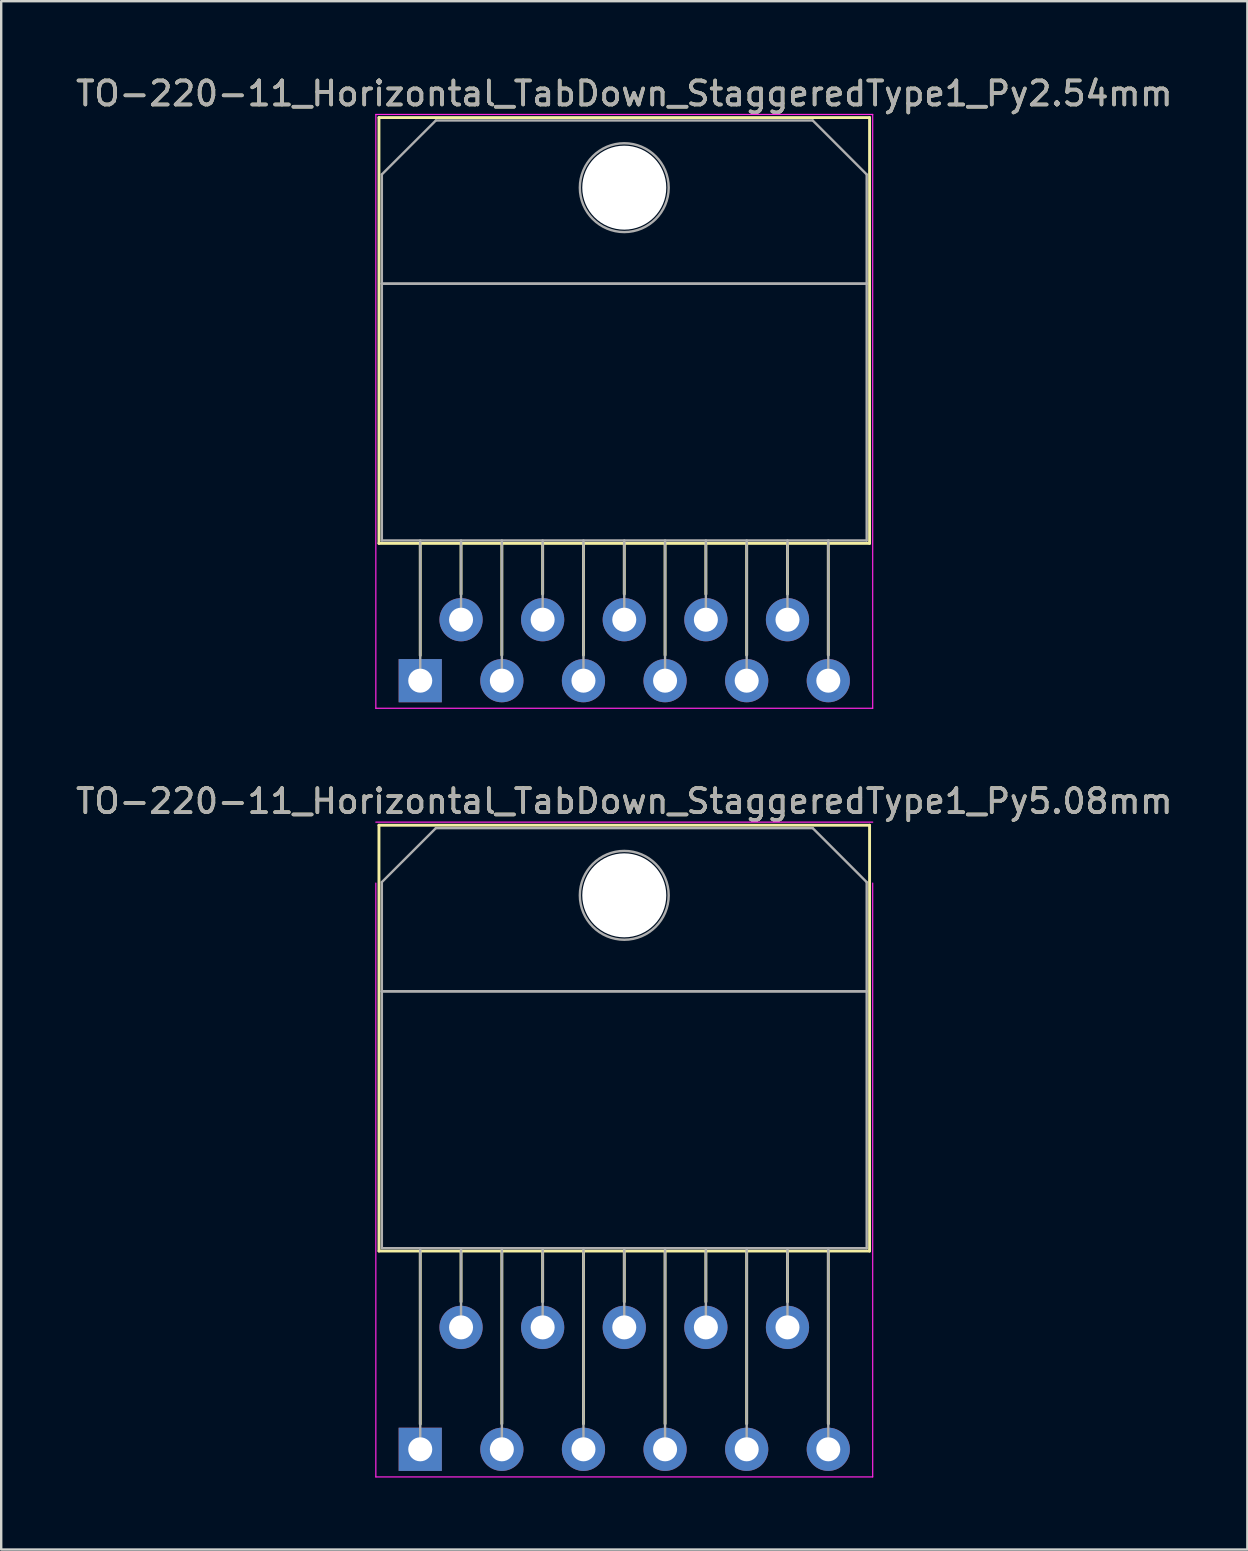
<source format=kicad_pcb>
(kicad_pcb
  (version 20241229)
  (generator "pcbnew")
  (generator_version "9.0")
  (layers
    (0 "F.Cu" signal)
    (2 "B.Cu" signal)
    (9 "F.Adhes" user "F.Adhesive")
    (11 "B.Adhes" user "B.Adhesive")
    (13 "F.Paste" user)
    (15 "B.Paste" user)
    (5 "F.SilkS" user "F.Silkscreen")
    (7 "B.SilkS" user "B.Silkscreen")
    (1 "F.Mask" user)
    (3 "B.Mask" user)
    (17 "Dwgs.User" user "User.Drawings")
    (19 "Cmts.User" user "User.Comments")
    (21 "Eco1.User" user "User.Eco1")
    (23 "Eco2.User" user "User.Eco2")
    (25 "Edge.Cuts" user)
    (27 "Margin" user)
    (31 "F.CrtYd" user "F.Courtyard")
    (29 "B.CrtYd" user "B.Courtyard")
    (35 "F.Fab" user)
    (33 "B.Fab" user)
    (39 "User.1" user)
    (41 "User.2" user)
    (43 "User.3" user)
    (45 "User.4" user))
  (footprint "TO-220-11_Horizontal_TabDown_StaggeredType1_Py2.54mm"
    (layer "F.Cu")
    (at 14.458 25.308)
    (property "Reference" "TO-220-11_Horizontal_TabDown_StaggeredType1_Py2.54mm" (at 8.5 -24.46 0) (layer "F.SilkS") (effects (font (size 1 1) (thickness 0.15))))
    (attr through_hole)
    (fp_line (start -1.72 -23.46) (end -1.72 -5.72) (stroke (width 0.12) (type solid)) (layer "F.SilkS"))
    (fp_line (start -1.72 -23.46) (end 18.72 -23.46) (stroke (width 0.12) (type solid)) (layer "F.SilkS"))
    (fp_line (start -1.72 -5.72) (end 18.72 -5.72) (stroke (width 0.12) (type solid)) (layer "F.SilkS"))
    (fp_line (start 0 -5.72) (end 0 -1.05) (stroke (width 0.12) (type solid)) (layer "F.SilkS"))
    (fp_line (start 1.7 -5.72) (end 1.7 -3.606) (stroke (width 0.12) (type solid)) (layer "F.SilkS"))
    (fp_line (start 3.4 -5.72) (end 3.4 -1.065) (stroke (width 0.12) (type solid)) (layer "F.SilkS"))
    (fp_line (start 5.1 -5.72) (end 5.1 -3.606) (stroke (width 0.12) (type solid)) (layer "F.SilkS"))
    (fp_line (start 6.8 -5.72) (end 6.8 -1.065) (stroke (width 0.12) (type solid)) (layer "F.SilkS"))
    (fp_line (start 8.5 -5.72) (end 8.5 -3.606) (stroke (width 0.12) (type solid)) (layer "F.SilkS"))
    (fp_line (start 10.2 -5.72) (end 10.2 -1.065) (stroke (width 0.12) (type solid)) (layer "F.SilkS"))
    (fp_line (start 11.9 -5.72) (end 11.9 -3.606) (stroke (width 0.12) (type solid)) (layer "F.SilkS"))
    (fp_line (start 13.6 -5.72) (end 13.6 -1.065) (stroke (width 0.12) (type solid)) (layer "F.SilkS"))
    (fp_line (start 15.3 -5.72) (end 15.3 -3.606) (stroke (width 0.12) (type solid)) (layer "F.SilkS"))
    (fp_line (start 17 -5.72) (end 17 -1.065) (stroke (width 0.12) (type solid)) (layer "F.SilkS"))
    (fp_line (start 18.72 -23.46) (end 18.72 -5.72) (stroke (width 0.12) (type solid)) (layer "F.SilkS"))
    (fp_line (start -1.85 -23.59) (end -1.85 1.15) (stroke (width 0.05) (type solid)) (layer "F.CrtYd"))
    (fp_line (start -1.85 1.15) (end 18.85 1.15) (stroke (width 0.05) (type solid)) (layer "F.CrtYd"))
    (fp_line (start 18.85 -23.59) (end -1.85 -23.59) (stroke (width 0.05) (type solid)) (layer "F.CrtYd"))
    (fp_line (start 18.85 1.15) (end 18.85 -23.59) (stroke (width 0.05) (type solid)) (layer "F.CrtYd"))
    (fp_line (start -1.6 -21.09) (end 0.651 -23.34) (stroke (width 0.1) (type solid)) (layer "F.Fab"))
    (fp_line (start -1.6 -16.54) (end -1.6 -21.09) (stroke (width 0.1) (type solid)) (layer "F.Fab"))
    (fp_line (start -1.6 -16.54) (end 18.6 -16.54) (stroke (width 0.1) (type solid)) (layer "F.Fab"))
    (fp_line (start -1.6 -5.84) (end -1.6 -16.54) (stroke (width 0.1) (type solid)) (layer "F.Fab"))
    (fp_line (start 0 -5.84) (end 0 0) (stroke (width 0.1) (type solid)) (layer "F.Fab"))
    (fp_line (start 0.651 -23.34) (end 16.351 -23.34) (stroke (width 0.1) (type solid)) (layer "F.Fab"))
    (fp_line (start 1.7 -5.84) (end 1.7 -2.54) (stroke (width 0.1) (type solid)) (layer "F.Fab"))
    (fp_line (start 3.4 -5.84) (end 3.4 0) (stroke (width 0.1) (type solid)) (layer "F.Fab"))
    (fp_line (start 5.1 -5.84) (end 5.1 -2.54) (stroke (width 0.1) (type solid)) (layer "F.Fab"))
    (fp_line (start 6.8 -5.84) (end 6.8 0) (stroke (width 0.1) (type solid)) (layer "F.Fab"))
    (fp_line (start 8.5 -5.84) (end 8.5 -2.54) (stroke (width 0.1) (type solid)) (layer "F.Fab"))
    (fp_line (start 10.2 -5.84) (end 10.2 0) (stroke (width 0.1) (type solid)) (layer "F.Fab"))
    (fp_line (start 11.9 -5.84) (end 11.9 -2.54) (stroke (width 0.1) (type solid)) (layer "F.Fab"))
    (fp_line (start 13.6 -5.84) (end 13.6 0) (stroke (width 0.1) (type solid)) (layer "F.Fab"))
    (fp_line (start 15.3 -5.84) (end 15.3 -2.54) (stroke (width 0.1) (type solid)) (layer "F.Fab"))
    (fp_line (start 16.351 -23.34) (end 18.6 -21.09) (stroke (width 0.1) (type solid)) (layer "F.Fab"))
    (fp_line (start 17 -5.84) (end 17 0) (stroke (width 0.1) (type solid)) (layer "F.Fab"))
    (fp_line (start 18.6 -21.09) (end 18.6 -16.54) (stroke (width 0.1) (type solid)) (layer "F.Fab"))
    (fp_line (start 18.6 -16.54) (end -1.6 -16.54) (stroke (width 0.1) (type solid)) (layer "F.Fab"))
    (fp_line (start 18.6 -16.54) (end 18.6 -5.84) (stroke (width 0.1) (type solid)) (layer "F.Fab"))
    (fp_line (start 18.6 -5.84) (end -1.6 -5.84) (stroke (width 0.1) (type solid)) (layer "F.Fab"))
    (fp_circle (center 8.5 -20.54) (end 10.35 -20.54) (stroke (width 0.1) (type solid)) (fill no) (layer "F.Fab"))
    (fp_text user "${REFERENCE}" (at 8.5 -24.46 0) (layer "F.Fab") (effects (font (size 1 1) (thickness 0.15))))
    (pad "" np_thru_hole oval (at 8.5 -20.54) (size 3.5 3.5) (drill 3.5) (layers "*.Cu" "*.Mask"))
    (pad "1" thru_hole rect (at 0 0) (size 1.8 1.8) (drill 1) (layers "*.Cu" "*.Mask"))
    (pad "2" thru_hole oval (at 1.7 -2.54) (size 1.8 1.8) (drill 1) (layers "*.Cu" "*.Mask"))
    (pad "3" thru_hole oval (at 3.4 0) (size 1.8 1.8) (drill 1) (layers "*.Cu" "*.Mask"))
    (pad "4" thru_hole oval (at 5.1 -2.54) (size 1.8 1.8) (drill 1) (layers "*.Cu" "*.Mask"))
    (pad "5" thru_hole oval (at 6.8 0) (size 1.8 1.8) (drill 1) (layers "*.Cu" "*.Mask"))
    (pad "6" thru_hole oval (at 8.5 -2.54) (size 1.8 1.8) (drill 1) (layers "*.Cu" "*.Mask"))
    (pad "7" thru_hole oval (at 10.2 0) (size 1.8 1.8) (drill 1) (layers "*.Cu" "*.Mask"))
    (pad "8" thru_hole oval (at 11.9 -2.54) (size 1.8 1.8) (drill 1) (layers "*.Cu" "*.Mask"))
    (pad "9" thru_hole oval (at 13.6 0) (size 1.8 1.8) (drill 1) (layers "*.Cu" "*.Mask"))
    (pad "10" thru_hole oval (at 15.3 -2.54) (size 1.8 1.8) (drill 1) (layers "*.Cu" "*.Mask"))
    (pad "11" thru_hole oval (at 17 0) (size 1.8 1.8) (drill 1) (layers "*.Cu" "*.Mask")))
  (footprint "TO-220-11_Horizontal_TabDown_StaggeredType1_Py5.08mm"
    (layer "F.Cu")
    (at 14.458 57.331)
    (property "Reference" "TO-220-11_Horizontal_TabDown_StaggeredType1_Py5.08mm" (at 8.5 -27 0) (layer "F.SilkS") (effects (font (size 1 1) (thickness 0.15))))
    (attr through_hole)
    (fp_line (start -1.72 -26) (end -1.72 -8.26) (stroke (width 0.12) (type solid)) (layer "F.SilkS"))
    (fp_line (start -1.72 -26) (end 18.72 -26) (stroke (width 0.12) (type solid)) (layer "F.SilkS"))
    (fp_line (start -1.72 -8.26) (end 18.72 -8.26) (stroke (width 0.12) (type solid)) (layer "F.SilkS"))
    (fp_line (start 0 -8.255) (end 0 -1.05) (stroke (width 0.12) (type solid)) (layer "F.SilkS"))
    (fp_line (start 1.7 -8.26) (end 1.7 -6.146) (stroke (width 0.12) (type solid)) (layer "F.SilkS"))
    (fp_line (start 3.4 -8.255) (end 3.4 -1.065) (stroke (width 0.12) (type solid)) (layer "F.SilkS"))
    (fp_line (start 5.1 -8.26) (end 5.1 -6.146) (stroke (width 0.12) (type solid)) (layer "F.SilkS"))
    (fp_line (start 6.8 -8.255) (end 6.8 -1.065) (stroke (width 0.12) (type solid)) (layer "F.SilkS"))
    (fp_line (start 8.5 -8.26) (end 8.5 -6.146) (stroke (width 0.12) (type solid)) (layer "F.SilkS"))
    (fp_line (start 10.2 -8.255) (end 10.2 -1.065) (stroke (width 0.12) (type solid)) (layer "F.SilkS"))
    (fp_line (start 11.9 -8.26) (end 11.9 -6.146) (stroke (width 0.12) (type solid)) (layer "F.SilkS"))
    (fp_line (start 13.6 -8.255) (end 13.6 -1.065) (stroke (width 0.12) (type solid)) (layer "F.SilkS"))
    (fp_line (start 15.3 -8.26) (end 15.3 -6.146) (stroke (width 0.12) (type solid)) (layer "F.SilkS"))
    (fp_line (start 17 -8.255) (end 17 -1.065) (stroke (width 0.12) (type solid)) (layer "F.SilkS"))
    (fp_line (start 18.72 -26) (end 18.72 -8.26) (stroke (width 0.12) (type solid)) (layer "F.SilkS"))
    (fp_line (start -1.85 -23.59) (end -1.85 1.15) (stroke (width 0.05) (type solid)) (layer "F.CrtYd"))
    (fp_line (start -1.85 1.15) (end 18.85 1.15) (stroke (width 0.05) (type solid)) (layer "F.CrtYd"))
    (fp_line (start 18.85 -26.13) (end -1.85 -26.13) (stroke (width 0.05) (type solid)) (layer "F.CrtYd"))
    (fp_line (start 18.85 1.15) (end 18.85 -23.59) (stroke (width 0.05) (type solid)) (layer "F.CrtYd"))
    (fp_line (start -1.6 -23.63) (end 0.651 -25.88) (stroke (width 0.1) (type solid)) (layer "F.Fab"))
    (fp_line (start -1.6 -19.08) (end -1.6 -23.63) (stroke (width 0.1) (type solid)) (layer "F.Fab"))
    (fp_line (start -1.6 -19.08) (end 18.6 -19.08) (stroke (width 0.1) (type solid)) (layer "F.Fab"))
    (fp_line (start -1.6 -8.38) (end -1.6 -19.08) (stroke (width 0.1) (type solid)) (layer "F.Fab"))
    (fp_line (start 0 -8.382) (end 0 0) (stroke (width 0.1) (type solid)) (layer "F.Fab"))
    (fp_line (start 0.651 -25.88) (end 16.351 -25.88) (stroke (width 0.1) (type solid)) (layer "F.Fab"))
    (fp_line (start 1.7 -8.38) (end 1.7 -5.08) (stroke (width 0.1) (type solid)) (layer "F.Fab"))
    (fp_line (start 3.4 -8.382) (end 3.4 0) (stroke (width 0.1) (type solid)) (layer "F.Fab"))
    (fp_line (start 5.1 -8.38) (end 5.1 -5.08) (stroke (width 0.1) (type solid)) (layer "F.Fab"))
    (fp_line (start 6.8 -8.382) (end 6.8 0) (stroke (width 0.1) (type solid)) (layer "F.Fab"))
    (fp_line (start 8.5 -8.38) (end 8.5 -5.08) (stroke (width 0.1) (type solid)) (layer "F.Fab"))
    (fp_line (start 10.2 -8.382) (end 10.2 0) (stroke (width 0.1) (type solid)) (layer "F.Fab"))
    (fp_line (start 11.9 -8.38) (end 11.9 -5.08) (stroke (width 0.1) (type solid)) (layer "F.Fab"))
    (fp_line (start 13.6 -8.382) (end 13.6 0) (stroke (width 0.1) (type solid)) (layer "F.Fab"))
    (fp_line (start 15.3 -8.38) (end 15.3 -5.08) (stroke (width 0.1) (type solid)) (layer "F.Fab"))
    (fp_line (start 16.351 -25.88) (end 18.6 -23.63) (stroke (width 0.1) (type solid)) (layer "F.Fab"))
    (fp_line (start 17 -8.382) (end 17 0) (stroke (width 0.1) (type solid)) (layer "F.Fab"))
    (fp_line (start 18.6 -23.63) (end 18.6 -19.08) (stroke (width 0.1) (type solid)) (layer "F.Fab"))
    (fp_line (start 18.6 -19.08) (end -1.6 -19.08) (stroke (width 0.1) (type solid)) (layer "F.Fab"))
    (fp_line (start 18.6 -19.08) (end 18.6 -8.38) (stroke (width 0.1) (type solid)) (layer "F.Fab"))
    (fp_line (start 18.6 -8.38) (end -1.6 -8.38) (stroke (width 0.1) (type solid)) (layer "F.Fab"))
    (fp_circle (center 8.5 -23.08) (end 10.35 -23.08) (stroke (width 0.1) (type solid)) (fill no) (layer "F.Fab"))
    (fp_text user "${REFERENCE}" (at 8.5 -27 0) (layer "F.Fab") (effects (font (size 1 1) (thickness 0.15))))
    (pad "" np_thru_hole oval (at 8.5 -23.08) (size 3.5 3.5) (drill 3.5) (layers "*.Cu" "*.Mask"))
    (pad "1" thru_hole rect (at 0 0) (size 1.8 1.8) (drill 1) (layers "*.Cu" "*.Mask"))
    (pad "2" thru_hole oval (at 1.7 -5.08) (size 1.8 1.8) (drill 1) (layers "*.Cu" "*.Mask"))
    (pad "3" thru_hole oval (at 3.4 0) (size 1.8 1.8) (drill 1) (layers "*.Cu" "*.Mask"))
    (pad "4" thru_hole oval (at 5.1 -5.08) (size 1.8 1.8) (drill 1) (layers "*.Cu" "*.Mask"))
    (pad "5" thru_hole oval (at 6.8 0) (size 1.8 1.8) (drill 1) (layers "*.Cu" "*.Mask"))
    (pad "6" thru_hole oval (at 8.5 -5.08) (size 1.8 1.8) (drill 1) (layers "*.Cu" "*.Mask"))
    (pad "7" thru_hole oval (at 10.2 0) (size 1.8 1.8) (drill 1) (layers "*.Cu" "*.Mask"))
    (pad "8" thru_hole oval (at 11.9 -5.08) (size 1.8 1.8) (drill 1) (layers "*.Cu" "*.Mask"))
    (pad "9" thru_hole oval (at 13.6 0) (size 1.8 1.8) (drill 1) (layers "*.Cu" "*.Mask"))
    (pad "10" thru_hole oval (at 15.3 -5.08) (size 1.8 1.8) (drill 1) (layers "*.Cu" "*.Mask"))
    (pad "11" thru_hole oval (at 17 0) (size 1.8 1.8) (drill 1) (layers "*.Cu" "*.Mask")))
  (gr_rect
    (start -3 -3)
    (end 48.917 61.507)
    (stroke (width 0.1) (type default))
    (fill no)
    (layer "Edge.Cuts")))
</source>
